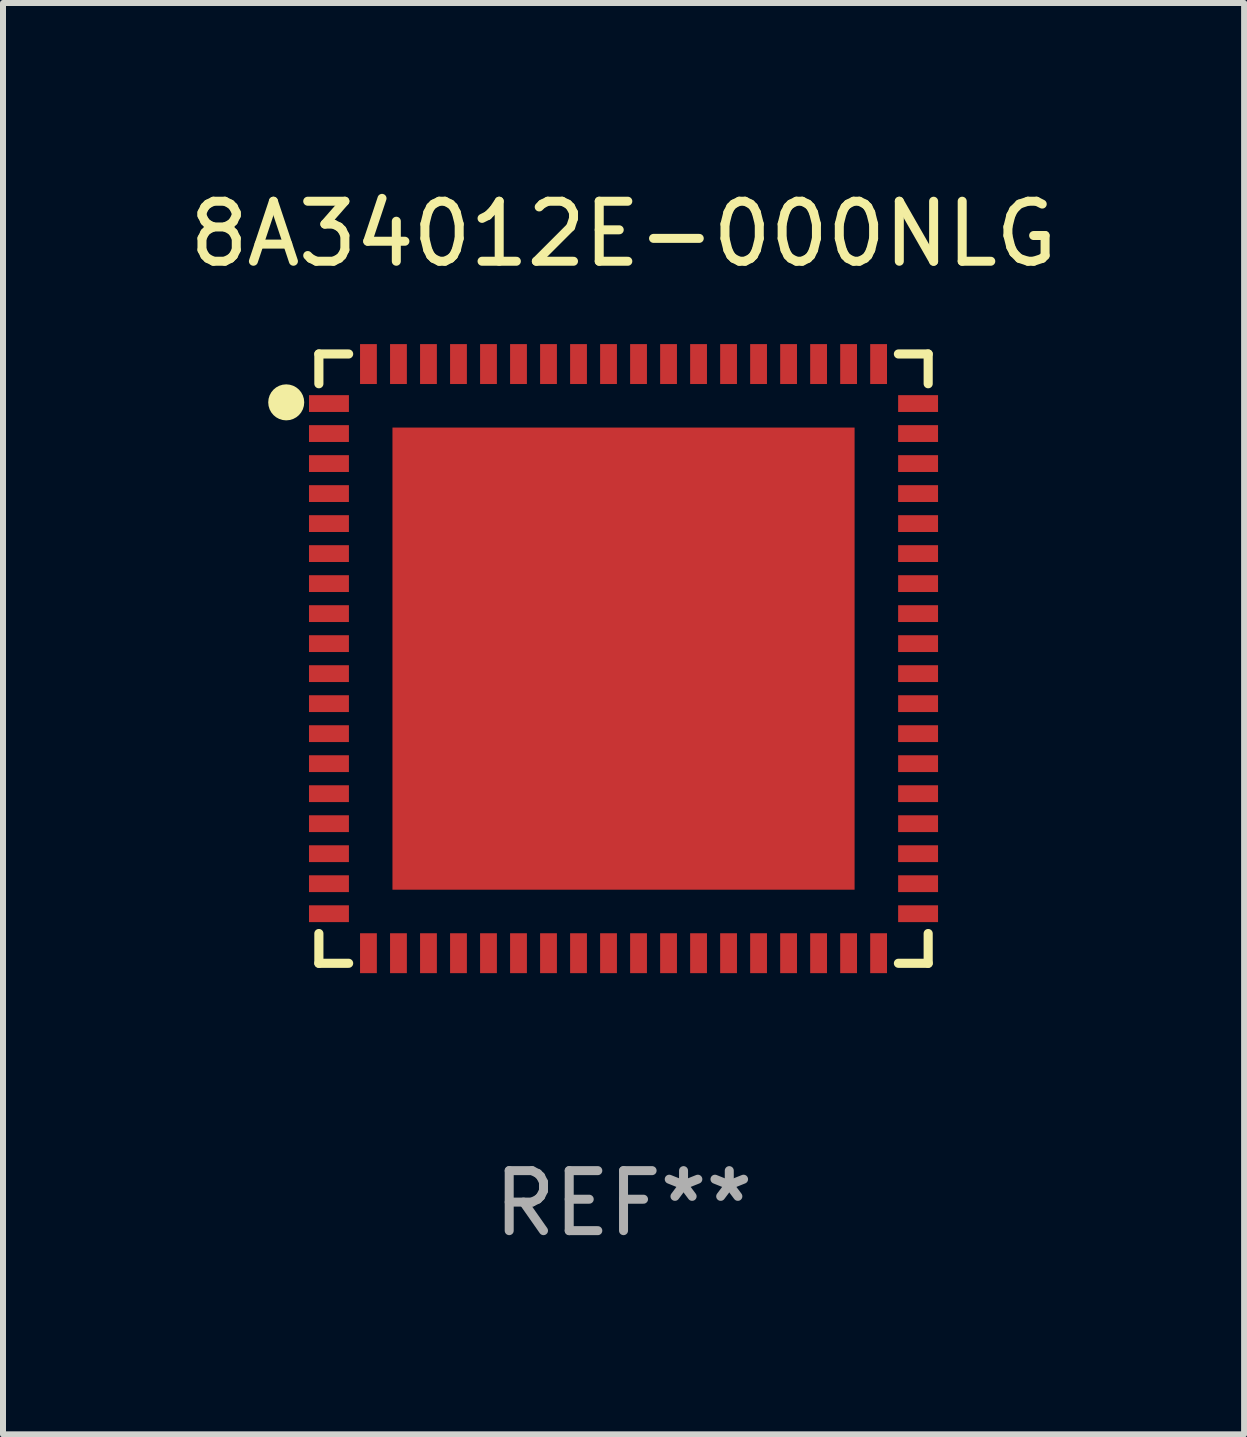
<source format=kicad_pcb>
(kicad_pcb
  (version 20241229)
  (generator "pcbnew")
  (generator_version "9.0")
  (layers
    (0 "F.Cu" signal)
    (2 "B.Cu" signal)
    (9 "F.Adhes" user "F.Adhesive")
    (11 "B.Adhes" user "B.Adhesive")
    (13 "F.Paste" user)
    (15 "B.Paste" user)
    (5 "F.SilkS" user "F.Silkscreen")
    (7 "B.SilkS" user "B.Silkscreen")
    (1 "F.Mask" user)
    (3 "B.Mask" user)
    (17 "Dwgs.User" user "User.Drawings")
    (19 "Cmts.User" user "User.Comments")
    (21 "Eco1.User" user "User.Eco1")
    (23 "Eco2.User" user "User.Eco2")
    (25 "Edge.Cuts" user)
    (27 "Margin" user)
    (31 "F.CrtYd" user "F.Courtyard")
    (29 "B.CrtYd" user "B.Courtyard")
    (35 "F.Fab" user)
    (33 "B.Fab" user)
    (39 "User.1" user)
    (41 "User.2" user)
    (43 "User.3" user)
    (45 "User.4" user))
  (footprint "8A34012E-000NLG"
    (layer "F.Cu")
    (at 7.339 7.924)
    (property "Reference" "8A34012E-000NLG" (at 0 -7.076 0) (layer "F.SilkS") (effects (font (size 1 1) (thickness 0.15))))
    (attr through_hole)
    (fp_line (start -5.076 -5.076) (end -5.076 -4.58) (stroke (width 0.152) (type solid)) (layer "F.SilkS"))
    (fp_line (start -5.076 5.076) (end -5.076 4.58) (stroke (width 0.152) (type solid)) (layer "F.SilkS"))
    (fp_line (start -4.58 -5.076) (end -5.076 -5.076) (stroke (width 0.152) (type solid)) (layer "F.SilkS"))
    (fp_line (start -4.58 5.076) (end -5.076 5.076) (stroke (width 0.152) (type solid)) (layer "F.SilkS"))
    (fp_line (start 4.58 -5.076) (end 5.076 -5.076) (stroke (width 0.152) (type solid)) (layer "F.SilkS"))
    (fp_line (start 4.58 5.076) (end 5.076 5.076) (stroke (width 0.152) (type solid)) (layer "F.SilkS"))
    (fp_line (start 5.076 -5.076) (end 5.076 -4.58) (stroke (width 0.152) (type solid)) (layer "F.SilkS"))
    (fp_line (start 5.076 5.076) (end 5.076 4.58) (stroke (width 0.152) (type solid)) (layer "F.SilkS"))
    (fp_circle (center -5.62 -4.27) (end -5.47 -4.27) (stroke (width 0.3) (type solid)) (fill no) (layer "F.SilkS"))
    (fp_text user "REF**" (at 0 9.076 0) (layer "F.Fab") (effects (font (size 1 1) (thickness 0.15))))
    (pad "1" smd rect (at -4.908 -4.25 270) (size 0.28 0.665) (layers "F.Cu" "F.Mask" "F.Paste"))
    (pad "2" smd rect (at -4.908 -3.75 270) (size 0.28 0.665) (layers "F.Cu" "F.Mask" "F.Paste"))
    (pad "3" smd rect (at -4.908 -3.25 270) (size 0.28 0.665) (layers "F.Cu" "F.Mask" "F.Paste"))
    (pad "4" smd rect (at -4.908 -2.75 270) (size 0.28 0.665) (layers "F.Cu" "F.Mask" "F.Paste"))
    (pad "5" smd rect (at -4.908 -2.25 270) (size 0.28 0.665) (layers "F.Cu" "F.Mask" "F.Paste"))
    (pad "6" smd rect (at -4.908 -1.75 270) (size 0.28 0.665) (layers "F.Cu" "F.Mask" "F.Paste"))
    (pad "7" smd rect (at -4.908 -1.25 270) (size 0.28 0.665) (layers "F.Cu" "F.Mask" "F.Paste"))
    (pad "8" smd rect (at -4.908 -0.75 270) (size 0.28 0.665) (layers "F.Cu" "F.Mask" "F.Paste"))
    (pad "9" smd rect (at -4.908 -0.25 270) (size 0.28 0.665) (layers "F.Cu" "F.Mask" "F.Paste"))
    (pad "10" smd rect (at -4.908 0.25 270) (size 0.28 0.665) (layers "F.Cu" "F.Mask" "F.Paste"))
    (pad "11" smd rect (at -4.908 0.75 270) (size 0.28 0.665) (layers "F.Cu" "F.Mask" "F.Paste"))
    (pad "12" smd rect (at -4.908 1.25 270) (size 0.28 0.665) (layers "F.Cu" "F.Mask" "F.Paste"))
    (pad "13" smd rect (at -4.908 1.75 270) (size 0.28 0.665) (layers "F.Cu" "F.Mask" "F.Paste"))
    (pad "14" smd rect (at -4.908 2.25 270) (size 0.28 0.665) (layers "F.Cu" "F.Mask" "F.Paste"))
    (pad "15" smd rect (at -4.908 2.75 270) (size 0.28 0.665) (layers "F.Cu" "F.Mask" "F.Paste"))
    (pad "16" smd rect (at -4.908 3.25 270) (size 0.28 0.665) (layers "F.Cu" "F.Mask" "F.Paste"))
    (pad "17" smd rect (at -4.908 3.75 270) (size 0.28 0.665) (layers "F.Cu" "F.Mask" "F.Paste"))
    (pad "18" smd rect (at -4.908 4.25 270) (size 0.28 0.665) (layers "F.Cu" "F.Mask" "F.Paste"))
    (pad "19" smd rect (at -4.25 4.908 270) (size 0.665 0.28) (layers "F.Cu" "F.Mask" "F.Paste"))
    (pad "20" smd rect (at -3.75 4.908 270) (size 0.665 0.28) (layers "F.Cu" "F.Mask" "F.Paste"))
    (pad "21" smd rect (at -3.25 4.908 270) (size 0.665 0.28) (layers "F.Cu" "F.Mask" "F.Paste"))
    (pad "22" smd rect (at -2.75 4.908 270) (size 0.665 0.28) (layers "F.Cu" "F.Mask" "F.Paste"))
    (pad "23" smd rect (at -2.25 4.908 270) (size 0.665 0.28) (layers "F.Cu" "F.Mask" "F.Paste"))
    (pad "24" smd rect (at -1.75 4.908 270) (size 0.665 0.28) (layers "F.Cu" "F.Mask" "F.Paste"))
    (pad "25" smd rect (at -1.25 4.908 270) (size 0.665 0.28) (layers "F.Cu" "F.Mask" "F.Paste"))
    (pad "26" smd rect (at -0.75 4.908 270) (size 0.665 0.28) (layers "F.Cu" "F.Mask" "F.Paste"))
    (pad "27" smd rect (at -0.25 4.908 270) (size 0.665 0.28) (layers "F.Cu" "F.Mask" "F.Paste"))
    (pad "28" smd rect (at 0.25 4.908 270) (size 0.665 0.28) (layers "F.Cu" "F.Mask" "F.Paste"))
    (pad "29" smd rect (at 0.75 4.908 270) (size 0.665 0.28) (layers "F.Cu" "F.Mask" "F.Paste"))
    (pad "30" smd rect (at 1.25 4.908 270) (size 0.665 0.28) (layers "F.Cu" "F.Mask" "F.Paste"))
    (pad "31" smd rect (at 1.75 4.908 270) (size 0.665 0.28) (layers "F.Cu" "F.Mask" "F.Paste"))
    (pad "32" smd rect (at 2.25 4.908 270) (size 0.665 0.28) (layers "F.Cu" "F.Mask" "F.Paste"))
    (pad "33" smd rect (at 2.75 4.908 270) (size 0.665 0.28) (layers "F.Cu" "F.Mask" "F.Paste"))
    (pad "34" smd rect (at 3.25 4.908 270) (size 0.665 0.28) (layers "F.Cu" "F.Mask" "F.Paste"))
    (pad "35" smd rect (at 3.75 4.908 270) (size 0.665 0.28) (layers "F.Cu" "F.Mask" "F.Paste"))
    (pad "36" smd rect (at 4.25 4.908 270) (size 0.665 0.28) (layers "F.Cu" "F.Mask" "F.Paste"))
    (pad "37" smd rect (at 4.908 4.25 270) (size 0.28 0.665) (layers "F.Cu" "F.Mask" "F.Paste"))
    (pad "38" smd rect (at 4.908 3.75 270) (size 0.28 0.665) (layers "F.Cu" "F.Mask" "F.Paste"))
    (pad "39" smd rect (at 4.908 3.25 270) (size 0.28 0.665) (layers "F.Cu" "F.Mask" "F.Paste"))
    (pad "40" smd rect (at 4.908 2.75 270) (size 0.28 0.665) (layers "F.Cu" "F.Mask" "F.Paste"))
    (pad "41" smd rect (at 4.908 2.25 270) (size 0.28 0.665) (layers "F.Cu" "F.Mask" "F.Paste"))
    (pad "42" smd rect (at 4.908 1.75 270) (size 0.28 0.665) (layers "F.Cu" "F.Mask" "F.Paste"))
    (pad "43" smd rect (at 4.908 1.25 270) (size 0.28 0.665) (layers "F.Cu" "F.Mask" "F.Paste"))
    (pad "44" smd rect (at 4.908 0.75 270) (size 0.28 0.665) (layers "F.Cu" "F.Mask" "F.Paste"))
    (pad "45" smd rect (at 4.908 0.25 270) (size 0.28 0.665) (layers "F.Cu" "F.Mask" "F.Paste"))
    (pad "46" smd rect (at 4.908 -0.25 270) (size 0.28 0.665) (layers "F.Cu" "F.Mask" "F.Paste"))
    (pad "47" smd rect (at 4.908 -0.75 270) (size 0.28 0.665) (layers "F.Cu" "F.Mask" "F.Paste"))
    (pad "48" smd rect (at 4.908 -1.25 270) (size 0.28 0.665) (layers "F.Cu" "F.Mask" "F.Paste"))
    (pad "49" smd rect (at 4.908 -1.75 270) (size 0.28 0.665) (layers "F.Cu" "F.Mask" "F.Paste"))
    (pad "50" smd rect (at 4.908 -2.25 270) (size 0.28 0.665) (layers "F.Cu" "F.Mask" "F.Paste"))
    (pad "51" smd rect (at 4.908 -2.75 270) (size 0.28 0.665) (layers "F.Cu" "F.Mask" "F.Paste"))
    (pad "52" smd rect (at 4.908 -3.25 270) (size 0.28 0.665) (layers "F.Cu" "F.Mask" "F.Paste"))
    (pad "53" smd rect (at 4.908 -3.75 270) (size 0.28 0.665) (layers "F.Cu" "F.Mask" "F.Paste"))
    (pad "54" smd rect (at 4.908 -4.25 270) (size 0.28 0.665) (layers "F.Cu" "F.Mask" "F.Paste"))
    (pad "55" smd rect (at 4.25 -4.908 270) (size 0.665 0.28) (layers "F.Cu" "F.Mask" "F.Paste"))
    (pad "56" smd rect (at 3.75 -4.908 270) (size 0.665 0.28) (layers "F.Cu" "F.Mask" "F.Paste"))
    (pad "57" smd rect (at 3.25 -4.908 270) (size 0.665 0.28) (layers "F.Cu" "F.Mask" "F.Paste"))
    (pad "58" smd rect (at 2.75 -4.908 270) (size 0.665 0.28) (layers "F.Cu" "F.Mask" "F.Paste"))
    (pad "59" smd rect (at 2.25 -4.908 270) (size 0.665 0.28) (layers "F.Cu" "F.Mask" "F.Paste"))
    (pad "60" smd rect (at 1.75 -4.908 270) (size 0.665 0.28) (layers "F.Cu" "F.Mask" "F.Paste"))
    (pad "61" smd rect (at 1.25 -4.908 270) (size 0.665 0.28) (layers "F.Cu" "F.Mask" "F.Paste"))
    (pad "62" smd rect (at 0.75 -4.908 270) (size 0.665 0.28) (layers "F.Cu" "F.Mask" "F.Paste"))
    (pad "63" smd rect (at 0.25 -4.908 270) (size 0.665 0.28) (layers "F.Cu" "F.Mask" "F.Paste"))
    (pad "64" smd rect (at -0.25 -4.908 270) (size 0.665 0.28) (layers "F.Cu" "F.Mask" "F.Paste"))
    (pad "65" smd rect (at -0.75 -4.908 270) (size 0.665 0.28) (layers "F.Cu" "F.Mask" "F.Paste"))
    (pad "66" smd rect (at -1.25 -4.908 270) (size 0.665 0.28) (layers "F.Cu" "F.Mask" "F.Paste"))
    (pad "67" smd rect (at -1.75 -4.908 270) (size 0.665 0.28) (layers "F.Cu" "F.Mask" "F.Paste"))
    (pad "68" smd rect (at -2.25 -4.908 270) (size 0.665 0.28) (layers "F.Cu" "F.Mask" "F.Paste"))
    (pad "69" smd rect (at -2.75 -4.908 270) (size 0.665 0.28) (layers "F.Cu" "F.Mask" "F.Paste"))
    (pad "70" smd rect (at -3.25 -4.908 270) (size 0.665 0.28) (layers "F.Cu" "F.Mask" "F.Paste"))
    (pad "71" smd rect (at -3.75 -4.908 270) (size 0.665 0.28) (layers "F.Cu" "F.Mask" "F.Paste"))
    (pad "72" smd rect (at -4.25 -4.908 270) (size 0.665 0.28) (layers "F.Cu" "F.Mask" "F.Paste"))
    (pad "73" smd rect (at 0 0 270) (size 7.7 7.7) (layers "F.Cu" "F.Mask" "F.Paste")))
  (gr_rect
    (start -3 -3)
    (end 17.679 20.849)
    (stroke (width 0.1) (type default))
    (fill no)
    (layer "Edge.Cuts")))
</source>
